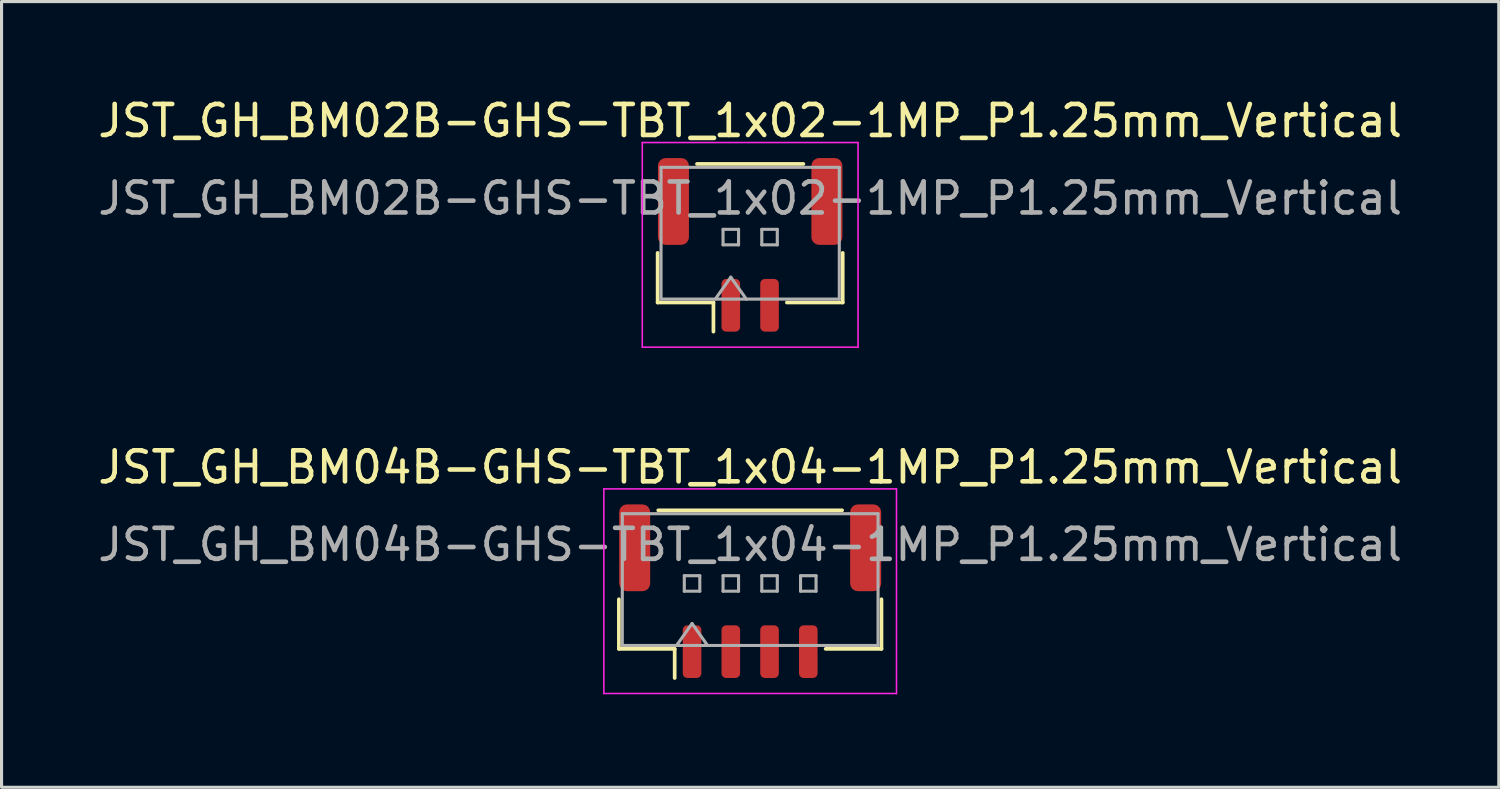
<source format=kicad_pcb>
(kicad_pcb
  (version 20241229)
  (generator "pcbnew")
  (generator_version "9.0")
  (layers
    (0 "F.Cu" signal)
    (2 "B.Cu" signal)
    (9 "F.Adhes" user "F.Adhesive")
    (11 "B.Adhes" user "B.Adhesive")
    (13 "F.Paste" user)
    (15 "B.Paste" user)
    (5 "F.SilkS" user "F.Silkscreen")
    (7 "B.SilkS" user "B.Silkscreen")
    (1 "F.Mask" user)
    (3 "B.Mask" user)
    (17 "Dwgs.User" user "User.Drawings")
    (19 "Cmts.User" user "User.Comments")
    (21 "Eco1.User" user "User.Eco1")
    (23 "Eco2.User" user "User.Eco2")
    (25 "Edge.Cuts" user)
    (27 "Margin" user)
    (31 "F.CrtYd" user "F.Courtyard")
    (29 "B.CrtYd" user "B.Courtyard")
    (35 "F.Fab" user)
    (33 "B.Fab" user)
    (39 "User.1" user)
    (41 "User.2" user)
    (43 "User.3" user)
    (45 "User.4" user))
  (footprint "JST_GH_BM02B-GHS-TBT_1x02-1MP_P1.25mm_Vertical"
    (layer "F.Cu")
    (at 21.149 4.848)
    (property "Reference" "JST_GH_BM02B-GHS-TBT_1x02-1MP_P1.25mm_Vertical" (at 0 -4 0) (layer "F.SilkS") (effects (font (size 1 1) (thickness 0.15))))
    (attr smd)
    (fp_line (start -2.985 0.26) (end -2.985 1.86) (stroke (width 0.12) (type solid)) (layer "F.SilkS"))
    (fp_line (start -2.985 1.86) (end -1.185 1.86) (stroke (width 0.12) (type solid)) (layer "F.SilkS"))
    (fp_line (start -1.715 -2.61) (end 1.715 -2.61) (stroke (width 0.12) (type solid)) (layer "F.SilkS"))
    (fp_line (start -1.185 1.86) (end -1.185 2.8) (stroke (width 0.12) (type solid)) (layer "F.SilkS"))
    (fp_line (start 2.985 0.26) (end 2.985 1.86) (stroke (width 0.12) (type solid)) (layer "F.SilkS"))
    (fp_line (start 2.985 1.86) (end 1.185 1.86) (stroke (width 0.12) (type solid)) (layer "F.SilkS"))
    (fp_line (start -3.48 -3.3) (end -3.48 3.3) (stroke (width 0.05) (type solid)) (layer "F.CrtYd"))
    (fp_line (start -3.48 3.3) (end 3.48 3.3) (stroke (width 0.05) (type solid)) (layer "F.CrtYd"))
    (fp_line (start 3.48 -3.3) (end -3.48 -3.3) (stroke (width 0.05) (type solid)) (layer "F.CrtYd"))
    (fp_line (start 3.48 3.3) (end 3.48 -3.3) (stroke (width 0.05) (type solid)) (layer "F.CrtYd"))
    (fp_line (start -2.875 -2.5) (end 2.875 -2.5) (stroke (width 0.1) (type solid)) (layer "F.Fab"))
    (fp_line (start -2.875 1.75) (end -2.875 -2.5) (stroke (width 0.1) (type solid)) (layer "F.Fab"))
    (fp_line (start -2.875 1.75) (end 2.875 1.75) (stroke (width 0.1) (type solid)) (layer "F.Fab"))
    (fp_line (start -1.125 1.75) (end -0.625 1.043) (stroke (width 0.1) (type solid)) (layer "F.Fab"))
    (fp_line (start -0.875 -0.5) (end -0.875 0) (stroke (width 0.1) (type solid)) (layer "F.Fab"))
    (fp_line (start -0.875 0) (end -0.375 0) (stroke (width 0.1) (type solid)) (layer "F.Fab"))
    (fp_line (start -0.625 1.043) (end -0.125 1.75) (stroke (width 0.1) (type solid)) (layer "F.Fab"))
    (fp_line (start -0.375 -0.5) (end -0.875 -0.5) (stroke (width 0.1) (type solid)) (layer "F.Fab"))
    (fp_line (start -0.375 0) (end -0.375 -0.5) (stroke (width 0.1) (type solid)) (layer "F.Fab"))
    (fp_line (start 0.375 -0.5) (end 0.375 0) (stroke (width 0.1) (type solid)) (layer "F.Fab"))
    (fp_line (start 0.375 0) (end 0.875 0) (stroke (width 0.1) (type solid)) (layer "F.Fab"))
    (fp_line (start 0.875 -0.5) (end 0.375 -0.5) (stroke (width 0.1) (type solid)) (layer "F.Fab"))
    (fp_line (start 0.875 0) (end 0.875 -0.5) (stroke (width 0.1) (type solid)) (layer "F.Fab"))
    (fp_line (start 2.875 1.75) (end 2.875 -2.5) (stroke (width 0.1) (type solid)) (layer "F.Fab"))
    (fp_text user "${REFERENCE}" (at 0 -1.5 0) (layer "F.Fab") (effects (font (size 1 1) (thickness 0.15))))
    (pad "1" smd roundrect (at -0.625 1.95) (size 0.6 1.7) (layers "F.Cu" "F.Mask" "F.Paste") (roundrect_rratio 0.25))
    (pad "2" smd roundrect (at 0.625 1.95) (size 0.6 1.7) (layers "F.Cu" "F.Mask" "F.Paste") (roundrect_rratio 0.25))
    (pad "MP" smd roundrect (at -2.475 -1.4) (size 1 2.8) (layers "F.Cu" "F.Mask" "F.Paste") (roundrect_rratio 0.25))
    (pad "MP" smd roundrect (at 2.475 -1.4) (size 1 2.8) (layers "F.Cu" "F.Mask" "F.Paste") (roundrect_rratio 0.25)))
  (footprint "JST_GH_BM04B-GHS-TBT_1x04-1MP_P1.25mm_Vertical"
    (layer "F.Cu")
    (at 21.149 16.021)
    (property "Reference" "JST_GH_BM04B-GHS-TBT_1x04-1MP_P1.25mm_Vertical" (at 0 -4 0) (layer "F.SilkS") (effects (font (size 1 1) (thickness 0.15))))
    (attr smd)
    (fp_line (start -4.235 0.26) (end -4.235 1.86) (stroke (width 0.12) (type solid)) (layer "F.SilkS"))
    (fp_line (start -4.235 1.86) (end -2.435 1.86) (stroke (width 0.12) (type solid)) (layer "F.SilkS"))
    (fp_line (start -2.965 -2.61) (end 2.965 -2.61) (stroke (width 0.12) (type solid)) (layer "F.SilkS"))
    (fp_line (start -2.435 1.86) (end -2.435 2.8) (stroke (width 0.12) (type solid)) (layer "F.SilkS"))
    (fp_line (start 4.235 0.26) (end 4.235 1.86) (stroke (width 0.12) (type solid)) (layer "F.SilkS"))
    (fp_line (start 4.235 1.86) (end 2.435 1.86) (stroke (width 0.12) (type solid)) (layer "F.SilkS"))
    (fp_line (start -4.72 -3.3) (end -4.72 3.3) (stroke (width 0.05) (type solid)) (layer "F.CrtYd"))
    (fp_line (start -4.72 3.3) (end 4.72 3.3) (stroke (width 0.05) (type solid)) (layer "F.CrtYd"))
    (fp_line (start 4.72 -3.3) (end -4.72 -3.3) (stroke (width 0.05) (type solid)) (layer "F.CrtYd"))
    (fp_line (start 4.72 3.3) (end 4.72 -3.3) (stroke (width 0.05) (type solid)) (layer "F.CrtYd"))
    (fp_line (start -4.125 -2.5) (end 4.125 -2.5) (stroke (width 0.1) (type solid)) (layer "F.Fab"))
    (fp_line (start -4.125 1.75) (end -4.125 -2.5) (stroke (width 0.1) (type solid)) (layer "F.Fab"))
    (fp_line (start -4.125 1.75) (end 4.125 1.75) (stroke (width 0.1) (type solid)) (layer "F.Fab"))
    (fp_line (start -2.375 1.75) (end -1.875 1.043) (stroke (width 0.1) (type solid)) (layer "F.Fab"))
    (fp_line (start -2.125 -0.5) (end -2.125 0) (stroke (width 0.1) (type solid)) (layer "F.Fab"))
    (fp_line (start -2.125 0) (end -1.625 0) (stroke (width 0.1) (type solid)) (layer "F.Fab"))
    (fp_line (start -1.875 1.043) (end -1.375 1.75) (stroke (width 0.1) (type solid)) (layer "F.Fab"))
    (fp_line (start -1.625 -0.5) (end -2.125 -0.5) (stroke (width 0.1) (type solid)) (layer "F.Fab"))
    (fp_line (start -1.625 0) (end -1.625 -0.5) (stroke (width 0.1) (type solid)) (layer "F.Fab"))
    (fp_line (start -0.875 -0.5) (end -0.875 0) (stroke (width 0.1) (type solid)) (layer "F.Fab"))
    (fp_line (start -0.875 0) (end -0.375 0) (stroke (width 0.1) (type solid)) (layer "F.Fab"))
    (fp_line (start -0.375 -0.5) (end -0.875 -0.5) (stroke (width 0.1) (type solid)) (layer "F.Fab"))
    (fp_line (start -0.375 0) (end -0.375 -0.5) (stroke (width 0.1) (type solid)) (layer "F.Fab"))
    (fp_line (start 0.375 -0.5) (end 0.375 0) (stroke (width 0.1) (type solid)) (layer "F.Fab"))
    (fp_line (start 0.375 0) (end 0.875 0) (stroke (width 0.1) (type solid)) (layer "F.Fab"))
    (fp_line (start 0.875 -0.5) (end 0.375 -0.5) (stroke (width 0.1) (type solid)) (layer "F.Fab"))
    (fp_line (start 0.875 0) (end 0.875 -0.5) (stroke (width 0.1) (type solid)) (layer "F.Fab"))
    (fp_line (start 1.625 -0.5) (end 1.625 0) (stroke (width 0.1) (type solid)) (layer "F.Fab"))
    (fp_line (start 1.625 0) (end 2.125 0) (stroke (width 0.1) (type solid)) (layer "F.Fab"))
    (fp_line (start 2.125 -0.5) (end 1.625 -0.5) (stroke (width 0.1) (type solid)) (layer "F.Fab"))
    (fp_line (start 2.125 0) (end 2.125 -0.5) (stroke (width 0.1) (type solid)) (layer "F.Fab"))
    (fp_line (start 4.125 1.75) (end 4.125 -2.5) (stroke (width 0.1) (type solid)) (layer "F.Fab"))
    (fp_text user "${REFERENCE}" (at 0 -1.5 0) (layer "F.Fab") (effects (font (size 1 1) (thickness 0.15))))
    (pad "1" smd roundrect (at -1.875 1.95) (size 0.6 1.7) (layers "F.Cu" "F.Mask" "F.Paste") (roundrect_rratio 0.25))
    (pad "2" smd roundrect (at -0.625 1.95) (size 0.6 1.7) (layers "F.Cu" "F.Mask" "F.Paste") (roundrect_rratio 0.25))
    (pad "3" smd roundrect (at 0.625 1.95) (size 0.6 1.7) (layers "F.Cu" "F.Mask" "F.Paste") (roundrect_rratio 0.25))
    (pad "4" smd roundrect (at 1.875 1.95) (size 0.6 1.7) (layers "F.Cu" "F.Mask" "F.Paste") (roundrect_rratio 0.25))
    (pad "MP" smd roundrect (at -3.725 -1.4) (size 1 2.8) (layers "F.Cu" "F.Mask" "F.Paste") (roundrect_rratio 0.25))
    (pad "MP" smd roundrect (at 3.725 -1.4) (size 1 2.8) (layers "F.Cu" "F.Mask" "F.Paste") (roundrect_rratio 0.25)))
  (gr_rect
    (start -3 -3)
    (end 45.298 22.346)
    (stroke (width 0.1) (type default))
    (fill no)
    (layer "Edge.Cuts")))
</source>
